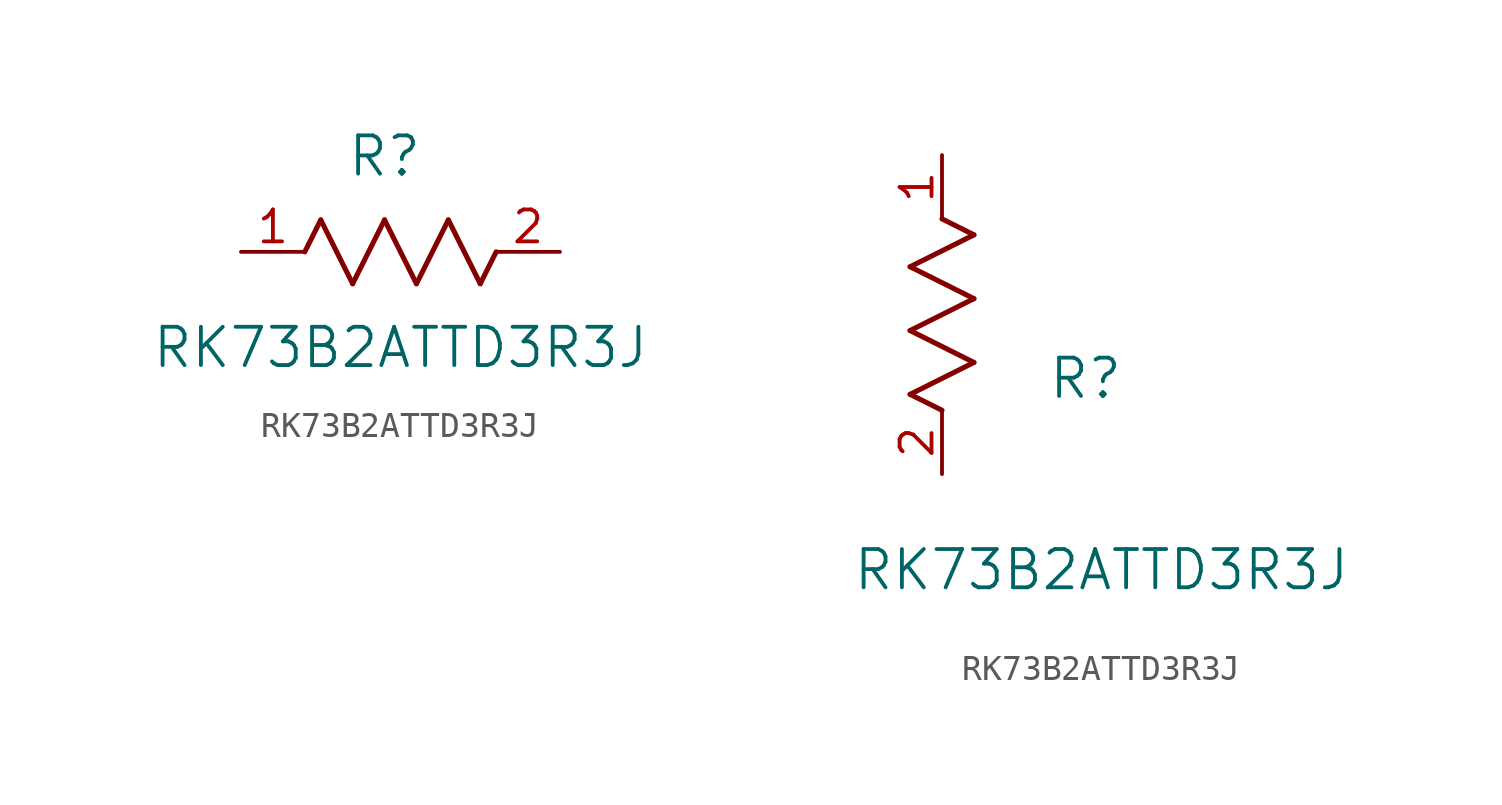
<source format=kicad_sym>
(kicad_symbol_lib
  (version 20211014)
  (generator kicad_symbol_editor)
  (symbol "RK73B2ATTD3R3J"
    (pin_names
      (offset 0.254))
    (property "Reference" "R"
      (at 5.715 3.81 0)
      (effects (font (size 1.524 1.524))))
    (property "Value" "RK73B2ATTD3R3J"
      (at 6.35 -3.81 0)
      (effects (font (size 1.524 1.524))))
    (symbol "RK73B2ATTD3R3J_1_1"
      (polyline (pts (xy 3.175 1.27) (xy 4.445 -1.27)) (stroke (width 0.203) (type default) (color 0 0 0 0)) (fill (type none)))
      (polyline (pts (xy 4.445 -1.27) (xy 5.715 1.27)) (stroke (width 0.203) (type default) (color 0 0 0 0)) (fill (type none)))
      (polyline (pts (xy 5.715 1.27) (xy 6.985 -1.27)) (stroke (width 0.203) (type default) (color 0 0 0 0)) (fill (type none)))
      (polyline (pts (xy 6.985 -1.27) (xy 8.255 1.27)) (stroke (width 0.203) (type default) (color 0 0 0 0)) (fill (type none)))
      (polyline (pts (xy 8.255 1.27) (xy 9.525 -1.27)) (stroke (width 0.203) (type default) (color 0 0 0 0)) (fill (type none)))
      (polyline (pts (xy 2.54 0) (xy 3.175 1.27)) (stroke (width 0.203) (type default) (color 0 0 0 0)) (fill (type none)))
      (polyline (pts (xy 9.525 -1.27) (xy 10.16 0)) (stroke (width 0.203) (type default) (color 0 0 0 0)) (fill (type none)))
      (pin unspecified line (at 0 0 0) (length 2.54) (name "" (effects (font (size 1.27 1.27)))) (number "1" (effects (font (size 1.27 1.27)))))
      (pin unspecified line (at 12.7 0 180) (length 2.54) (name "" (effects (font (size 1.27 1.27)))) (number "2" (effects (font (size 1.27 1.27))))))
    (symbol "RK73B2ATTD3R3J_1_2"
      (polyline (pts (xy 0 2.54) (xy -1.27 3.175)) (stroke (width 0.203) (type default) (color 0 0 0 0)) (fill (type none)))
      (polyline (pts (xy -1.27 3.175) (xy 1.27 4.445)) (stroke (width 0.203) (type default) (color 0 0 0 0)) (fill (type none)))
      (polyline (pts (xy 1.27 4.445) (xy -1.27 5.715)) (stroke (width 0.203) (type default) (color 0 0 0 0)) (fill (type none)))
      (polyline (pts (xy -1.27 5.715) (xy 1.27 6.985)) (stroke (width 0.203) (type default) (color 0 0 0 0)) (fill (type none)))
      (polyline (pts (xy -1.27 8.255) (xy 1.27 9.525)) (stroke (width 0.203) (type default) (color 0 0 0 0)) (fill (type none)))
      (polyline (pts (xy 1.27 9.525) (xy 0 10.16)) (stroke (width 0.203) (type default) (color 0 0 0 0)) (fill (type none)))
      (polyline (pts (xy 1.27 6.985) (xy -1.27 8.255)) (stroke (width 0.203) (type default) (color 0 0 0 0)) (fill (type none)))
      (pin unspecified line (at 0 12.7 270) (length 2.54) (name "" (effects (font (size 1.27 1.27)))) (number "1" (effects (font (size 1.27 1.27)))))
      (pin unspecified line (at 0 0 90) (length 2.54) (name "" (effects (font (size 1.27 1.27)))) (number "2" (effects (font (size 1.27 1.27))))))))
</source>
